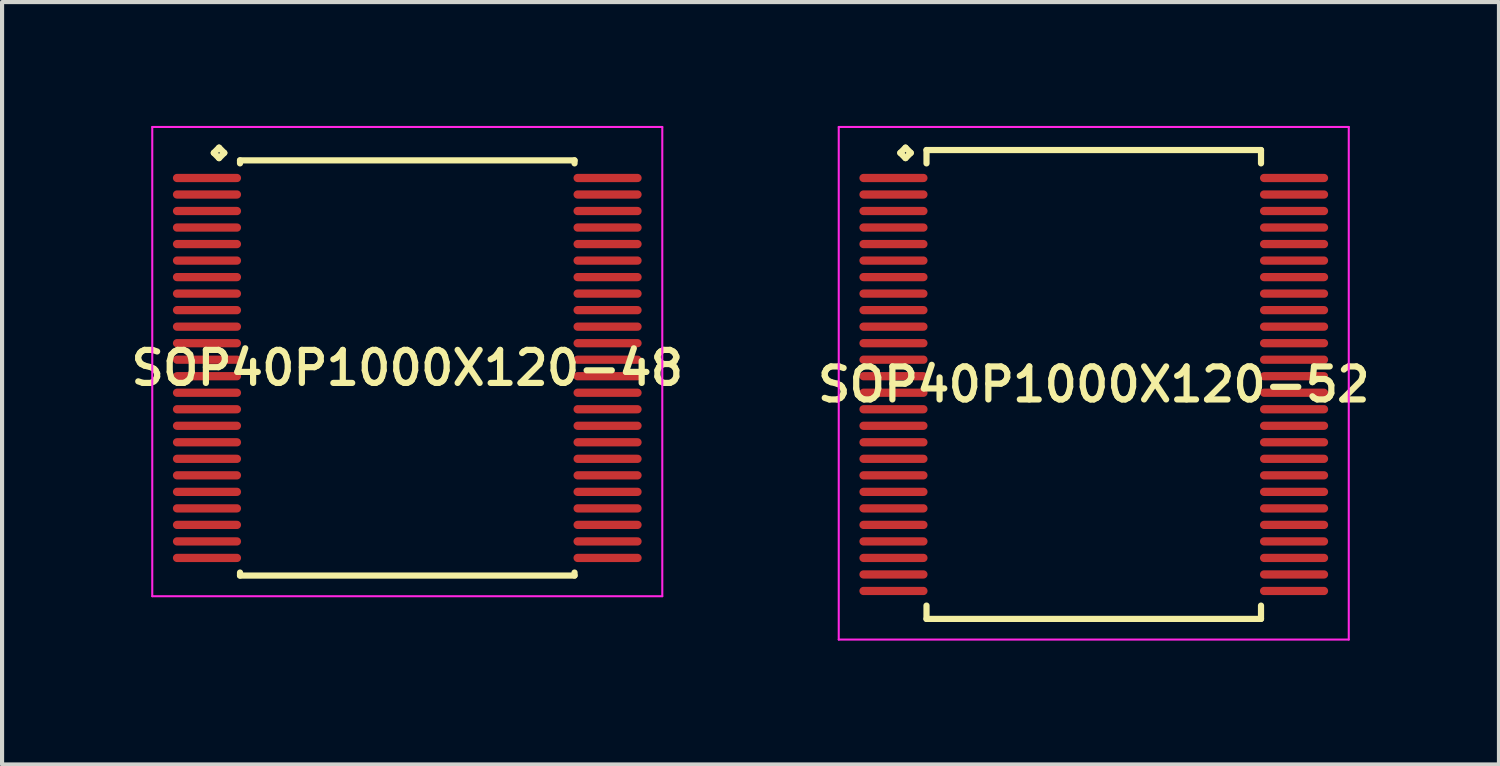
<source format=kicad_pcb>
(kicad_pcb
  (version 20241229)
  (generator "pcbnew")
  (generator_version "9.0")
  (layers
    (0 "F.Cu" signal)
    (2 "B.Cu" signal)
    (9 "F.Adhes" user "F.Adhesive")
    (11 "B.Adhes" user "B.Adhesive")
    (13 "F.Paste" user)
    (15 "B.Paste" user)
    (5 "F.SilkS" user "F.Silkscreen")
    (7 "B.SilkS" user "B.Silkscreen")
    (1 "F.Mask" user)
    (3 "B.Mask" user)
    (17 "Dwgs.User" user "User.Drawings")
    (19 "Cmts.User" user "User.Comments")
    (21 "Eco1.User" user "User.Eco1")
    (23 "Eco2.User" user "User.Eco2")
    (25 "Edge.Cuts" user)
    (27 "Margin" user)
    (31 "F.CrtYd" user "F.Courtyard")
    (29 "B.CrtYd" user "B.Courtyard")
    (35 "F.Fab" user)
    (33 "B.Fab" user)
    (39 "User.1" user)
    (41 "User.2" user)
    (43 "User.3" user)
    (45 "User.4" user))
  (footprint "SOP40P1000X120-52"
    (layer "F.Cu")
    (at 23.435 6.26)
    (property "Reference" "SOP40P1000X120-52" (at 0 0 0) (layer "F.SilkS") (effects (font (size 0.8 0.8) (thickness 0.15))))
    (attr smd)
    (fp_line (start -4.685 -5.608) (end -4.558 -5.735) (stroke (width 0.15) (type solid)) (layer "F.SilkS"))
    (fp_line (start -4.558 -5.735) (end -4.431 -5.608) (stroke (width 0.15) (type solid)) (layer "F.SilkS"))
    (fp_line (start -4.558 -5.481) (end -4.685 -5.608) (stroke (width 0.15) (type solid)) (layer "F.SilkS"))
    (fp_line (start -4.431 -5.608) (end -4.558 -5.481) (stroke (width 0.15) (type solid)) (layer "F.SilkS"))
    (fp_line (start -4.05 -5.677) (end 4.05 -5.677) (stroke (width 0.15) (type solid)) (layer "F.SilkS"))
    (fp_line (start -4.05 -5.354) (end -4.05 -5.677) (stroke (width 0.15) (type solid)) (layer "F.SilkS"))
    (fp_line (start -4.05 5.354) (end -4.05 5.677) (stroke (width 0.15) (type solid)) (layer "F.SilkS"))
    (fp_line (start -4.05 5.677) (end 4.05 5.677) (stroke (width 0.15) (type solid)) (layer "F.SilkS"))
    (fp_line (start 4.05 -5.677) (end 4.05 -5.354) (stroke (width 0.15) (type solid)) (layer "F.SilkS"))
    (fp_line (start 4.05 5.677) (end 4.05 5.354) (stroke (width 0.15) (type solid)) (layer "F.SilkS"))
    (fp_line (start -6.175 -6.235) (end 6.175 -6.235) (stroke (width 0.05) (type solid)) (layer "F.CrtYd"))
    (fp_line (start -6.175 6.177) (end -6.175 -6.235) (stroke (width 0.05) (type solid)) (layer "F.CrtYd"))
    (fp_line (start 6.175 -6.235) (end 6.175 6.177) (stroke (width 0.05) (type solid)) (layer "F.CrtYd"))
    (fp_line (start 6.175 6.177) (end -6.175 6.177) (stroke (width 0.05) (type solid)) (layer "F.CrtYd"))
    (pad "1" smd oval (at -4.85 -5) (size 1.65 0.2) (layers "F.Cu" "F.Mask" "F.Paste"))
    (pad "2" smd oval (at -4.85 -4.6) (size 1.65 0.2) (layers "F.Cu" "F.Mask" "F.Paste"))
    (pad "3" smd oval (at -4.85 -4.2) (size 1.65 0.2) (layers "F.Cu" "F.Mask" "F.Paste"))
    (pad "4" smd oval (at -4.85 -3.8) (size 1.65 0.2) (layers "F.Cu" "F.Mask" "F.Paste"))
    (pad "5" smd oval (at -4.85 -3.4) (size 1.65 0.2) (layers "F.Cu" "F.Mask" "F.Paste"))
    (pad "6" smd oval (at -4.85 -3) (size 1.65 0.2) (layers "F.Cu" "F.Mask" "F.Paste"))
    (pad "7" smd oval (at -4.85 -2.6) (size 1.65 0.2) (layers "F.Cu" "F.Mask" "F.Paste"))
    (pad "8" smd oval (at -4.85 -2.2) (size 1.65 0.2) (layers "F.Cu" "F.Mask" "F.Paste"))
    (pad "9" smd oval (at -4.85 -1.8) (size 1.65 0.2) (layers "F.Cu" "F.Mask" "F.Paste"))
    (pad "10" smd oval (at -4.85 -1.4) (size 1.65 0.2) (layers "F.Cu" "F.Mask" "F.Paste"))
    (pad "11" smd oval (at -4.85 -1) (size 1.65 0.2) (layers "F.Cu" "F.Mask" "F.Paste"))
    (pad "12" smd oval (at -4.85 -0.6) (size 1.65 0.2) (layers "F.Cu" "F.Mask" "F.Paste"))
    (pad "13" smd oval (at -4.85 -0.2) (size 1.65 0.2) (layers "F.Cu" "F.Mask" "F.Paste"))
    (pad "14" smd oval (at -4.85 0.2) (size 1.65 0.2) (layers "F.Cu" "F.Mask" "F.Paste"))
    (pad "15" smd oval (at -4.85 0.6) (size 1.65 0.2) (layers "F.Cu" "F.Mask" "F.Paste"))
    (pad "16" smd oval (at -4.85 1) (size 1.65 0.2) (layers "F.Cu" "F.Mask" "F.Paste"))
    (pad "17" smd oval (at -4.85 1.4) (size 1.65 0.2) (layers "F.Cu" "F.Mask" "F.Paste"))
    (pad "18" smd oval (at -4.85 1.8) (size 1.65 0.2) (layers "F.Cu" "F.Mask" "F.Paste"))
    (pad "19" smd oval (at -4.85 2.2) (size 1.65 0.2) (layers "F.Cu" "F.Mask" "F.Paste"))
    (pad "20" smd oval (at -4.85 2.6) (size 1.65 0.2) (layers "F.Cu" "F.Mask" "F.Paste"))
    (pad "21" smd oval (at -4.85 3) (size 1.65 0.2) (layers "F.Cu" "F.Mask" "F.Paste"))
    (pad "22" smd oval (at -4.85 3.4) (size 1.65 0.2) (layers "F.Cu" "F.Mask" "F.Paste"))
    (pad "23" smd oval (at -4.85 3.8) (size 1.65 0.2) (layers "F.Cu" "F.Mask" "F.Paste"))
    (pad "24" smd oval (at -4.85 4.2) (size 1.65 0.2) (layers "F.Cu" "F.Mask" "F.Paste"))
    (pad "25" smd oval (at -4.85 4.6) (size 1.65 0.2) (layers "F.Cu" "F.Mask" "F.Paste"))
    (pad "26" smd oval (at -4.85 5) (size 1.65 0.2) (layers "F.Cu" "F.Mask" "F.Paste"))
    (pad "27" smd oval (at 4.85 5) (size 1.65 0.2) (layers "F.Cu" "F.Mask" "F.Paste"))
    (pad "28" smd oval (at 4.85 4.6) (size 1.65 0.2) (layers "F.Cu" "F.Mask" "F.Paste"))
    (pad "29" smd oval (at 4.85 4.2) (size 1.65 0.2) (layers "F.Cu" "F.Mask" "F.Paste"))
    (pad "30" smd oval (at 4.85 3.8) (size 1.65 0.2) (layers "F.Cu" "F.Mask" "F.Paste"))
    (pad "31" smd oval (at 4.85 3.4) (size 1.65 0.2) (layers "F.Cu" "F.Mask" "F.Paste"))
    (pad "32" smd oval (at 4.85 3) (size 1.65 0.2) (layers "F.Cu" "F.Mask" "F.Paste"))
    (pad "33" smd oval (at 4.85 2.6) (size 1.65 0.2) (layers "F.Cu" "F.Mask" "F.Paste"))
    (pad "34" smd oval (at 4.85 2.2) (size 1.65 0.2) (layers "F.Cu" "F.Mask" "F.Paste"))
    (pad "35" smd oval (at 4.85 1.8) (size 1.65 0.2) (layers "F.Cu" "F.Mask" "F.Paste"))
    (pad "36" smd oval (at 4.85 1.4) (size 1.65 0.2) (layers "F.Cu" "F.Mask" "F.Paste"))
    (pad "37" smd oval (at 4.85 1) (size 1.65 0.2) (layers "F.Cu" "F.Mask" "F.Paste"))
    (pad "38" smd oval (at 4.85 0.6) (size 1.65 0.2) (layers "F.Cu" "F.Mask" "F.Paste"))
    (pad "39" smd oval (at 4.85 0.2) (size 1.65 0.2) (layers "F.Cu" "F.Mask" "F.Paste"))
    (pad "40" smd oval (at 4.85 -0.2) (size 1.65 0.2) (layers "F.Cu" "F.Mask" "F.Paste"))
    (pad "41" smd oval (at 4.85 -0.6) (size 1.65 0.2) (layers "F.Cu" "F.Mask" "F.Paste"))
    (pad "42" smd oval (at 4.85 -1) (size 1.65 0.2) (layers "F.Cu" "F.Mask" "F.Paste"))
    (pad "43" smd oval (at 4.85 -1.4) (size 1.65 0.2) (layers "F.Cu" "F.Mask" "F.Paste"))
    (pad "44" smd oval (at 4.85 -1.8) (size 1.65 0.2) (layers "F.Cu" "F.Mask" "F.Paste"))
    (pad "45" smd oval (at 4.85 -2.2) (size 1.65 0.2) (layers "F.Cu" "F.Mask" "F.Paste"))
    (pad "46" smd oval (at 4.85 -2.6) (size 1.65 0.2) (layers "F.Cu" "F.Mask" "F.Paste"))
    (pad "47" smd oval (at 4.85 -3) (size 1.65 0.2) (layers "F.Cu" "F.Mask" "F.Paste"))
    (pad "48" smd oval (at 4.85 -3.4) (size 1.65 0.2) (layers "F.Cu" "F.Mask" "F.Paste"))
    (pad "49" smd oval (at 4.85 -3.8) (size 1.65 0.2) (layers "F.Cu" "F.Mask" "F.Paste"))
    (pad "50" smd oval (at 4.85 -4.2) (size 1.65 0.2) (layers "F.Cu" "F.Mask" "F.Paste"))
    (pad "51" smd oval (at 4.85 -4.6) (size 1.65 0.2) (layers "F.Cu" "F.Mask" "F.Paste"))
    (pad "52" smd oval (at 4.85 -5) (size 1.65 0.2) (layers "F.Cu" "F.Mask" "F.Paste")))
  (footprint "SOP40P1000X120-48"
    (layer "F.Cu")
    (at 6.812 5.86)
    (property "Reference" "SOP40P1000X120-48" (at 0 0 0) (layer "F.SilkS") (effects (font (size 0.8 0.8) (thickness 0.15))))
    (attr smd)
    (fp_line (start -4.685 -5.208) (end -4.558 -5.335) (stroke (width 0.15) (type solid)) (layer "F.SilkS"))
    (fp_line (start -4.558 -5.335) (end -4.431 -5.208) (stroke (width 0.15) (type solid)) (layer "F.SilkS"))
    (fp_line (start -4.558 -5.081) (end -4.685 -5.208) (stroke (width 0.15) (type solid)) (layer "F.SilkS"))
    (fp_line (start -4.431 -5.208) (end -4.558 -5.081) (stroke (width 0.15) (type solid)) (layer "F.SilkS"))
    (fp_line (start -4.05 -5.027) (end 4.05 -5.027) (stroke (width 0.15) (type solid)) (layer "F.SilkS"))
    (fp_line (start -4.05 -4.954) (end -4.05 -5.027) (stroke (width 0.15) (type solid)) (layer "F.SilkS"))
    (fp_line (start -4.05 4.954) (end -4.05 5.027) (stroke (width 0.15) (type solid)) (layer "F.SilkS"))
    (fp_line (start -4.05 5.027) (end 4.05 5.027) (stroke (width 0.15) (type solid)) (layer "F.SilkS"))
    (fp_line (start 4.05 -5.027) (end 4.05 -4.954) (stroke (width 0.15) (type solid)) (layer "F.SilkS"))
    (fp_line (start 4.05 5.027) (end 4.05 4.954) (stroke (width 0.15) (type solid)) (layer "F.SilkS"))
    (fp_line (start -6.175 -5.835) (end 6.175 -5.835) (stroke (width 0.05) (type solid)) (layer "F.CrtYd"))
    (fp_line (start -6.175 5.527) (end -6.175 -5.835) (stroke (width 0.05) (type solid)) (layer "F.CrtYd"))
    (fp_line (start 6.175 -5.835) (end 6.175 5.527) (stroke (width 0.05) (type solid)) (layer "F.CrtYd"))
    (fp_line (start 6.175 5.527) (end -6.175 5.527) (stroke (width 0.05) (type solid)) (layer "F.CrtYd"))
    (pad "1" smd oval (at -4.85 -4.6) (size 1.65 0.2) (layers "F.Cu" "F.Mask" "F.Paste"))
    (pad "2" smd oval (at -4.85 -4.2) (size 1.65 0.2) (layers "F.Cu" "F.Mask" "F.Paste"))
    (pad "3" smd oval (at -4.85 -3.8) (size 1.65 0.2) (layers "F.Cu" "F.Mask" "F.Paste"))
    (pad "4" smd oval (at -4.85 -3.4) (size 1.65 0.2) (layers "F.Cu" "F.Mask" "F.Paste"))
    (pad "5" smd oval (at -4.85 -3) (size 1.65 0.2) (layers "F.Cu" "F.Mask" "F.Paste"))
    (pad "6" smd oval (at -4.85 -2.6) (size 1.65 0.2) (layers "F.Cu" "F.Mask" "F.Paste"))
    (pad "7" smd oval (at -4.85 -2.2) (size 1.65 0.2) (layers "F.Cu" "F.Mask" "F.Paste"))
    (pad "8" smd oval (at -4.85 -1.8) (size 1.65 0.2) (layers "F.Cu" "F.Mask" "F.Paste"))
    (pad "9" smd oval (at -4.85 -1.4) (size 1.65 0.2) (layers "F.Cu" "F.Mask" "F.Paste"))
    (pad "10" smd oval (at -4.85 -1) (size 1.65 0.2) (layers "F.Cu" "F.Mask" "F.Paste"))
    (pad "11" smd oval (at -4.85 -0.6) (size 1.65 0.2) (layers "F.Cu" "F.Mask" "F.Paste"))
    (pad "12" smd oval (at -4.85 -0.2) (size 1.65 0.2) (layers "F.Cu" "F.Mask" "F.Paste"))
    (pad "13" smd oval (at -4.85 0.2) (size 1.65 0.2) (layers "F.Cu" "F.Mask" "F.Paste"))
    (pad "14" smd oval (at -4.85 0.6) (size 1.65 0.2) (layers "F.Cu" "F.Mask" "F.Paste"))
    (pad "15" smd oval (at -4.85 1) (size 1.65 0.2) (layers "F.Cu" "F.Mask" "F.Paste"))
    (pad "16" smd oval (at -4.85 1.4) (size 1.65 0.2) (layers "F.Cu" "F.Mask" "F.Paste"))
    (pad "17" smd oval (at -4.85 1.8) (size 1.65 0.2) (layers "F.Cu" "F.Mask" "F.Paste"))
    (pad "18" smd oval (at -4.85 2.2) (size 1.65 0.2) (layers "F.Cu" "F.Mask" "F.Paste"))
    (pad "19" smd oval (at -4.85 2.6) (size 1.65 0.2) (layers "F.Cu" "F.Mask" "F.Paste"))
    (pad "20" smd oval (at -4.85 3) (size 1.65 0.2) (layers "F.Cu" "F.Mask" "F.Paste"))
    (pad "21" smd oval (at -4.85 3.4) (size 1.65 0.2) (layers "F.Cu" "F.Mask" "F.Paste"))
    (pad "22" smd oval (at -4.85 3.8) (size 1.65 0.2) (layers "F.Cu" "F.Mask" "F.Paste"))
    (pad "23" smd oval (at -4.85 4.2) (size 1.65 0.2) (layers "F.Cu" "F.Mask" "F.Paste"))
    (pad "24" smd oval (at -4.85 4.6) (size 1.65 0.2) (layers "F.Cu" "F.Mask" "F.Paste"))
    (pad "25" smd oval (at 4.85 4.6) (size 1.65 0.2) (layers "F.Cu" "F.Mask" "F.Paste"))
    (pad "26" smd oval (at 4.85 4.2) (size 1.65 0.2) (layers "F.Cu" "F.Mask" "F.Paste"))
    (pad "27" smd oval (at 4.85 3.8) (size 1.65 0.2) (layers "F.Cu" "F.Mask" "F.Paste"))
    (pad "28" smd oval (at 4.85 3.4) (size 1.65 0.2) (layers "F.Cu" "F.Mask" "F.Paste"))
    (pad "29" smd oval (at 4.85 3) (size 1.65 0.2) (layers "F.Cu" "F.Mask" "F.Paste"))
    (pad "30" smd oval (at 4.85 2.6) (size 1.65 0.2) (layers "F.Cu" "F.Mask" "F.Paste"))
    (pad "31" smd oval (at 4.85 2.2) (size 1.65 0.2) (layers "F.Cu" "F.Mask" "F.Paste"))
    (pad "32" smd oval (at 4.85 1.8) (size 1.65 0.2) (layers "F.Cu" "F.Mask" "F.Paste"))
    (pad "33" smd oval (at 4.85 1.4) (size 1.65 0.2) (layers "F.Cu" "F.Mask" "F.Paste"))
    (pad "34" smd oval (at 4.85 1) (size 1.65 0.2) (layers "F.Cu" "F.Mask" "F.Paste"))
    (pad "35" smd oval (at 4.85 0.6) (size 1.65 0.2) (layers "F.Cu" "F.Mask" "F.Paste"))
    (pad "36" smd oval (at 4.85 0.2) (size 1.65 0.2) (layers "F.Cu" "F.Mask" "F.Paste"))
    (pad "37" smd oval (at 4.85 -0.2) (size 1.65 0.2) (layers "F.Cu" "F.Mask" "F.Paste"))
    (pad "38" smd oval (at 4.85 -0.6) (size 1.65 0.2) (layers "F.Cu" "F.Mask" "F.Paste"))
    (pad "39" smd oval (at 4.85 -1) (size 1.65 0.2) (layers "F.Cu" "F.Mask" "F.Paste"))
    (pad "40" smd oval (at 4.85 -1.4) (size 1.65 0.2) (layers "F.Cu" "F.Mask" "F.Paste"))
    (pad "41" smd oval (at 4.85 -1.8) (size 1.65 0.2) (layers "F.Cu" "F.Mask" "F.Paste"))
    (pad "42" smd oval (at 4.85 -2.2) (size 1.65 0.2) (layers "F.Cu" "F.Mask" "F.Paste"))
    (pad "43" smd oval (at 4.85 -2.6) (size 1.65 0.2) (layers "F.Cu" "F.Mask" "F.Paste"))
    (pad "44" smd oval (at 4.85 -3) (size 1.65 0.2) (layers "F.Cu" "F.Mask" "F.Paste"))
    (pad "45" smd oval (at 4.85 -3.4) (size 1.65 0.2) (layers "F.Cu" "F.Mask" "F.Paste"))
    (pad "46" smd oval (at 4.85 -3.8) (size 1.65 0.2) (layers "F.Cu" "F.Mask" "F.Paste"))
    (pad "47" smd oval (at 4.85 -4.2) (size 1.65 0.2) (layers "F.Cu" "F.Mask" "F.Paste"))
    (pad "48" smd oval (at 4.85 -4.6) (size 1.65 0.2) (layers "F.Cu" "F.Mask" "F.Paste")))
  (gr_rect
    (start -3 -3)
    (end 33.247 15.462)
    (stroke (width 0.1) (type default))
    (fill no)
    (layer "Edge.Cuts")))
</source>
